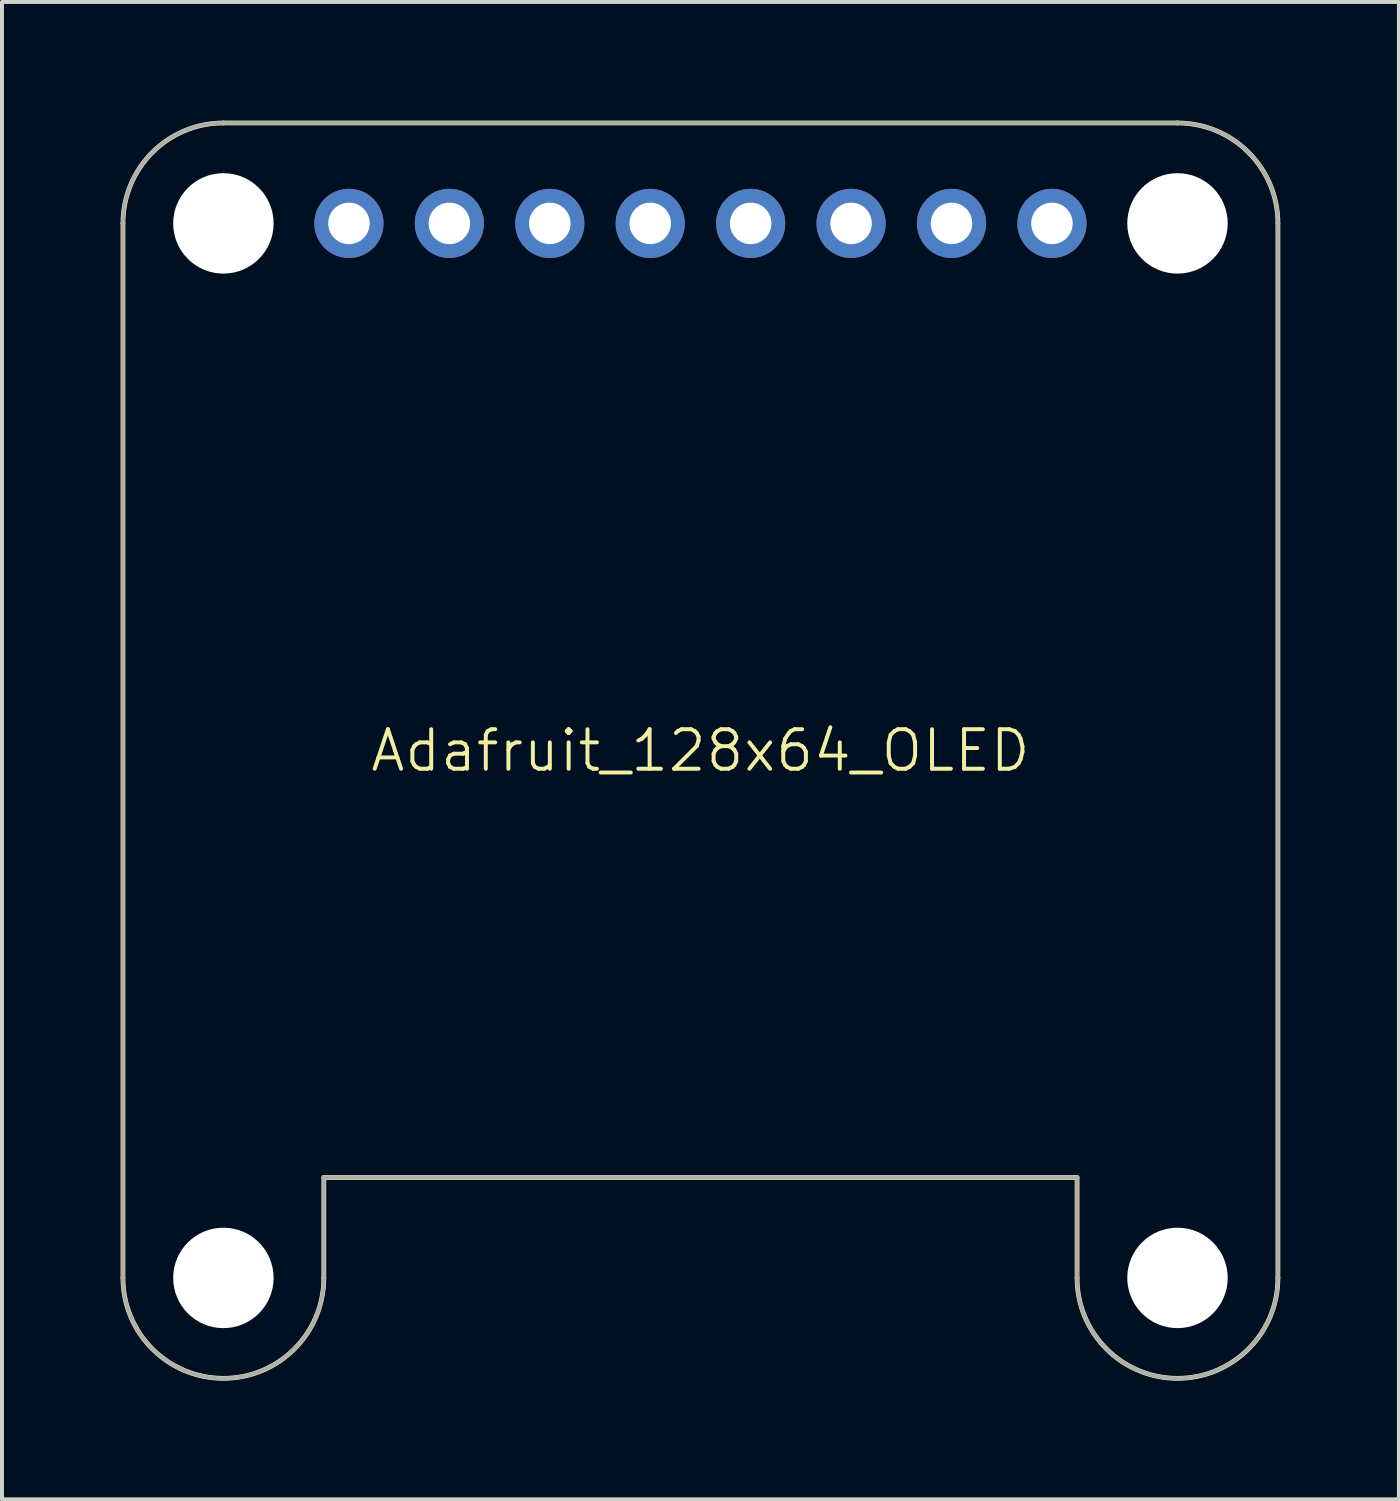
<source format=kicad_pcb>
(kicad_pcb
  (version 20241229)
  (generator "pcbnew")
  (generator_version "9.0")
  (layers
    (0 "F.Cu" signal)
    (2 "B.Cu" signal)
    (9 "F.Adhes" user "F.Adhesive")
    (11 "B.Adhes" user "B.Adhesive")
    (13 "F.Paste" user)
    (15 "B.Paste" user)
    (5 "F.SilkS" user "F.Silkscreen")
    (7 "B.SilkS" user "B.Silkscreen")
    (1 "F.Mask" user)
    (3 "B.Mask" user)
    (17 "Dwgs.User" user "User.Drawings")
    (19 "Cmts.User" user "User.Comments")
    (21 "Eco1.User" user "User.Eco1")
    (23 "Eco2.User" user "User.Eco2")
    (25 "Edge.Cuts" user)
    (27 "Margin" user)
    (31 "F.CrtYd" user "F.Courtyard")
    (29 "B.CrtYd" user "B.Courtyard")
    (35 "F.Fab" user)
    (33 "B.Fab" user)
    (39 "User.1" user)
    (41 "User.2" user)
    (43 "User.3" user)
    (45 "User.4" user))
  (footprint "Adafruit_128x64_OLED"
    (layer "F.Cu")
    (at 14.665 15.935)
    (property "Reference" "Adafruit_128x64_OLED" (at 0 0 0) (unlocked yes) (layer "F.SilkS") (effects (font (size 1 1) (thickness 0.1))))
    (attr through_hole)
    (fp_line (start -14.605 13.335) (end -14.605 -13.335) (stroke (width 0.12) (type default)) (layer "F.SilkS"))
    (fp_line (start -12.065 -15.875) (end 12.065 -15.875) (stroke (width 0.12) (type default)) (layer "F.SilkS"))
    (fp_line (start -9.525 10.795) (end -9.525 13.335) (stroke (width 0.12) (type default)) (layer "F.SilkS"))
    (fp_line (start 9.525 10.795) (end -9.525 10.795) (stroke (width 0.12) (type default)) (layer "F.SilkS"))
    (fp_line (start 9.525 13.335) (end 9.525 10.795) (stroke (width 0.12) (type default)) (layer "F.SilkS"))
    (fp_line (start 14.605 -13.335) (end 14.605 13.335) (stroke (width 0.12) (type default)) (layer "F.SilkS"))
    (fp_arc (start -14.605 -13.335) (mid -13.861051 -15.131051) (end -12.065 -15.875) (stroke (width 0.12) (type default)) (layer "F.SilkS"))
    (fp_arc (start -9.525 13.335) (mid -12.065 15.875) (end -14.605 13.335) (stroke (width 0.12) (type default)) (layer "F.SilkS"))
    (fp_arc (start 12.065 -15.875) (mid 13.861051 -15.131051) (end 14.605 -13.335) (stroke (width 0.12) (type default)) (layer "F.SilkS"))
    (fp_arc (start 14.605 13.335) (mid 12.065 15.875) (end 9.525 13.335) (stroke (width 0.12) (type default)) (layer "F.SilkS"))
    (fp_line (start -14.605 -13.335) (end -14.605 13.335) (stroke (width 0.1) (type default)) (layer "F.Fab"))
    (fp_line (start -12.065 -15.875) (end 12.065 -15.875) (stroke (width 0.1) (type default)) (layer "F.Fab"))
    (fp_line (start -9.525 10.795) (end 9.525 10.795) (stroke (width 0.1) (type default)) (layer "F.Fab"))
    (fp_line (start -9.525 13.335) (end -9.525 10.795) (stroke (width 0.1) (type default)) (layer "F.Fab"))
    (fp_line (start 9.525 13.335) (end 9.525 10.795) (stroke (width 0.1) (type default)) (layer "F.Fab"))
    (fp_line (start 14.605 -13.335) (end 14.605 13.335) (stroke (width 0.1) (type default)) (layer "F.Fab"))
    (fp_arc (start -14.605 -13.335) (mid -13.861051 -15.131051) (end -12.065 -15.875) (stroke (width 0.1) (type default)) (layer "F.Fab"))
    (fp_arc (start -9.525 13.335) (mid -12.065 15.875) (end -14.605 13.335) (stroke (width 0.1) (type default)) (layer "F.Fab"))
    (fp_arc (start 12.065 -15.875) (mid 13.861051 -15.131051) (end 14.605 -13.335) (stroke (width 0.1) (type default)) (layer "F.Fab"))
    (fp_arc (start 14.605 13.335) (mid 12.065 15.875) (end 9.525 13.335) (stroke (width 0.1) (type default)) (layer "F.Fab"))
    (pad "" np_thru_hole circle (at -12.065 -13.335) (size 2.54 2.54) (drill 2.54) (layers "*.Cu" "*.Mask"))
    (pad "" np_thru_hole circle (at -12.065 13.335) (size 2.54 2.54) (drill 2.54) (layers "*.Cu" "*.Mask"))
    (pad "" np_thru_hole circle (at 12.065 -13.335) (size 2.54 2.54) (drill 2.54) (layers "*.Cu" "*.Mask"))
    (pad "" np_thru_hole circle (at 12.065 13.335) (size 2.54 2.54) (drill 2.54) (layers "*.Cu" "*.Mask"))
    (pad "1" thru_hole circle (at -8.89 -13.335) (size 1.75 1.75) (drill 1.05) (layers "*.Cu" "*.Mask"))
    (pad "2" thru_hole circle (at -6.35 -13.335) (size 1.75 1.75) (drill 1.05) (layers "*.Cu" "*.Mask"))
    (pad "3" thru_hole circle (at -3.81 -13.335) (size 1.75 1.75) (drill 1.05) (layers "*.Cu" "*.Mask"))
    (pad "4" thru_hole circle (at -1.27 -13.335) (size 1.75 1.75) (drill 1.05) (layers "*.Cu" "*.Mask"))
    (pad "5" thru_hole circle (at 1.27 -13.335) (size 1.75 1.75) (drill 1.05) (layers "*.Cu" "*.Mask"))
    (pad "6" thru_hole circle (at 3.81 -13.335) (size 1.75 1.75) (drill 1.05) (layers "*.Cu" "*.Mask"))
    (pad "7" thru_hole circle (at 6.35 -13.335) (size 1.75 1.75) (drill 1.05) (layers "*.Cu" "*.Mask"))
    (pad "8" thru_hole circle (at 8.89 -13.335) (size 1.75 1.75) (drill 1.05) (layers "*.Cu" "*.Mask")))
  (gr_rect
    (start -3 -3)
    (end 32.33 34.87)
    (stroke (width 0.1) (type default))
    (fill no)
    (layer "Edge.Cuts")))
</source>
